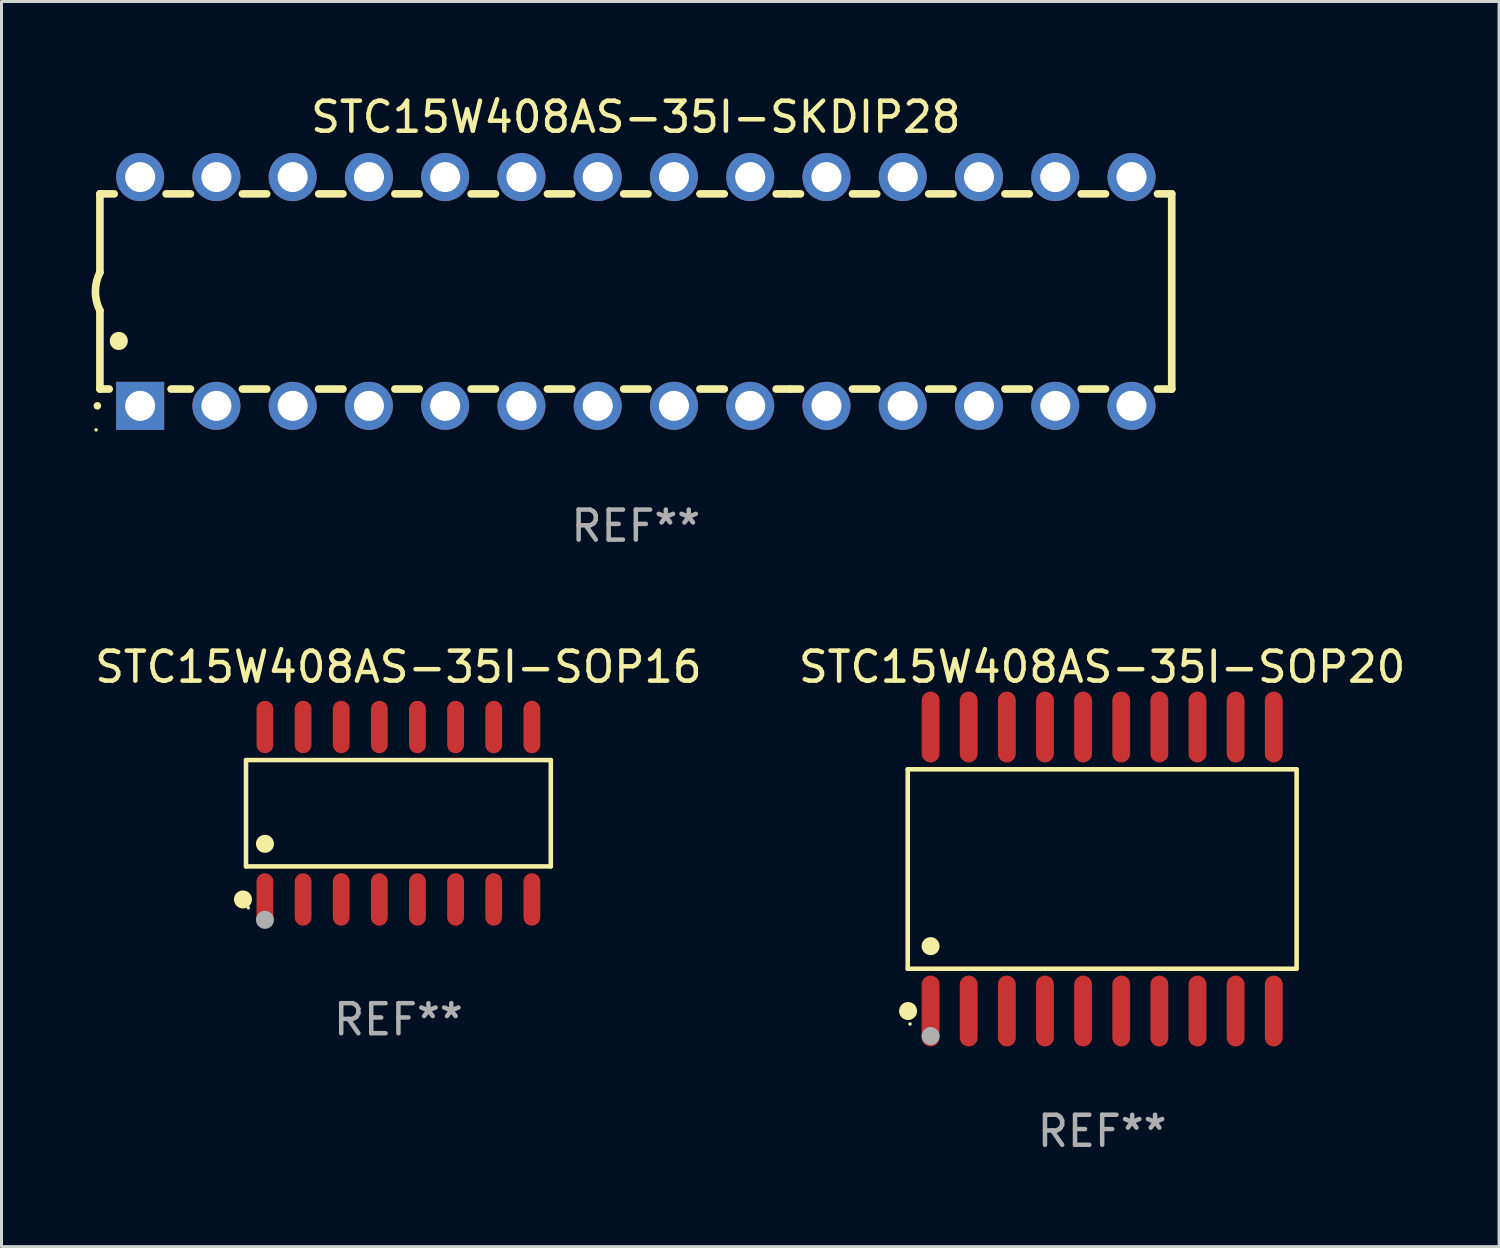
<source format=kicad_pcb>
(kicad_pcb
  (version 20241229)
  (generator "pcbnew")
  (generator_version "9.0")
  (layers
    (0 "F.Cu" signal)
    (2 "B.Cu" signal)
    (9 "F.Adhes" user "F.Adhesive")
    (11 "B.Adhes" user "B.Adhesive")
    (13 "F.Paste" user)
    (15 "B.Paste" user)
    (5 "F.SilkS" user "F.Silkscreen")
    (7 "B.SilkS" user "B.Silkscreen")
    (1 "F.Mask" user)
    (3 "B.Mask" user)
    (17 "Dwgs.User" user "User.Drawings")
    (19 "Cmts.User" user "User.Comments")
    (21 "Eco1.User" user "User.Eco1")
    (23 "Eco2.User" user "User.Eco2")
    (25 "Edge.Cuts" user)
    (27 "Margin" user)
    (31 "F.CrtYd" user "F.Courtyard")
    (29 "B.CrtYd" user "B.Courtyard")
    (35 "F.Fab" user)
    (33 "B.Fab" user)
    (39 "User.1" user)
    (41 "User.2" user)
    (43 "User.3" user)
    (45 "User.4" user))
  (footprint "STC15W408AS-35I-SKDIP28"
    (layer "F.Cu")
    (at 18.128 6.658)
    (property "Reference" "STC15W408AS-35I-SKDIP28" (at 0 -5.81 0) (layer "F.SilkS") (effects (font (size 1 1) (thickness 0.15))))
    (attr through_hole)
    (fp_line (start -17.85 -3.25) (end -17.85 -0.635) (stroke (width 0.254) (type solid)) (layer "F.SilkS"))
    (fp_line (start -17.85 3.25) (end -17.85 0.635) (stroke (width 0.254) (type solid)) (layer "F.SilkS"))
    (fp_line (start -17.85 3.25) (end -17.541 3.25) (stroke (width 0.254) (type solid)) (layer "F.SilkS"))
    (fp_line (start -17.375 -3.25) (end -17.85 -3.25) (stroke (width 0.254) (type solid)) (layer "F.SilkS"))
    (fp_line (start -15.479 3.25) (end -14.835 3.25) (stroke (width 0.254) (type solid)) (layer "F.SilkS"))
    (fp_line (start -14.835 -3.25) (end -15.645 -3.25) (stroke (width 0.254) (type solid)) (layer "F.SilkS"))
    (fp_line (start -13.105 3.25) (end -12.295 3.25) (stroke (width 0.254) (type solid)) (layer "F.SilkS"))
    (fp_line (start -12.295 -3.25) (end -13.105 -3.25) (stroke (width 0.254) (type solid)) (layer "F.SilkS"))
    (fp_line (start -10.565 3.25) (end -9.755 3.25) (stroke (width 0.254) (type solid)) (layer "F.SilkS"))
    (fp_line (start -9.755 -3.25) (end -10.565 -3.25) (stroke (width 0.254) (type solid)) (layer "F.SilkS"))
    (fp_line (start -8.025 3.25) (end -7.215 3.25) (stroke (width 0.254) (type solid)) (layer "F.SilkS"))
    (fp_line (start -7.215 -3.25) (end -8.025 -3.25) (stroke (width 0.254) (type solid)) (layer "F.SilkS"))
    (fp_line (start -5.485 3.25) (end -4.675 3.25) (stroke (width 0.254) (type solid)) (layer "F.SilkS"))
    (fp_line (start -4.675 -3.25) (end -5.485 -3.25) (stroke (width 0.254) (type solid)) (layer "F.SilkS"))
    (fp_line (start -2.945 3.25) (end -2.135 3.25) (stroke (width 0.254) (type solid)) (layer "F.SilkS"))
    (fp_line (start -2.135 -3.25) (end -2.945 -3.25) (stroke (width 0.254) (type solid)) (layer "F.SilkS"))
    (fp_line (start -0.405 3.25) (end 0.405 3.25) (stroke (width 0.254) (type solid)) (layer "F.SilkS"))
    (fp_line (start 0.405 -3.25) (end -0.405 -3.25) (stroke (width 0.254) (type solid)) (layer "F.SilkS"))
    (fp_line (start 2.135 3.25) (end 2.945 3.25) (stroke (width 0.254) (type solid)) (layer "F.SilkS"))
    (fp_line (start 2.945 -3.25) (end 2.135 -3.25) (stroke (width 0.254) (type solid)) (layer "F.SilkS"))
    (fp_line (start 4.675 3.25) (end 5.15 3.25) (stroke (width 0.254) (type solid)) (layer "F.SilkS"))
    (fp_line (start 5.15 -3.25) (end 4.675 -3.25) (stroke (width 0.254) (type solid)) (layer "F.SilkS"))
    (fp_line (start 5.15 -3.25) (end 5.485 -3.25) (stroke (width 0.254) (type solid)) (layer "F.SilkS"))
    (fp_line (start 5.15 3.25) (end 5.485 3.25) (stroke (width 0.254) (type solid)) (layer "F.SilkS"))
    (fp_line (start 7.215 -3.25) (end 8.025 -3.25) (stroke (width 0.254) (type solid)) (layer "F.SilkS"))
    (fp_line (start 7.215 3.25) (end 8.025 3.25) (stroke (width 0.254) (type solid)) (layer "F.SilkS"))
    (fp_line (start 9.755 -3.25) (end 10.565 -3.25) (stroke (width 0.254) (type solid)) (layer "F.SilkS"))
    (fp_line (start 9.755 3.25) (end 10.565 3.25) (stroke (width 0.254) (type solid)) (layer "F.SilkS"))
    (fp_line (start 12.295 -3.25) (end 13.105 -3.25) (stroke (width 0.254) (type solid)) (layer "F.SilkS"))
    (fp_line (start 12.295 3.25) (end 13.105 3.25) (stroke (width 0.254) (type solid)) (layer "F.SilkS"))
    (fp_line (start 14.835 -3.25) (end 15.645 -3.25) (stroke (width 0.254) (type solid)) (layer "F.SilkS"))
    (fp_line (start 14.835 3.25) (end 15.645 3.25) (stroke (width 0.254) (type solid)) (layer "F.SilkS"))
    (fp_line (start 17.375 -3.25) (end 17.85 -3.25) (stroke (width 0.254) (type solid)) (layer "F.SilkS"))
    (fp_line (start 17.375 3.25) (end 17.85 3.25) (stroke (width 0.254) (type solid)) (layer "F.SilkS"))
    (fp_line (start 17.85 -3.25) (end 17.85 3.25) (stroke (width 0.254) (type solid)) (layer "F.SilkS"))
    (fp_arc (start -17.934976 3.810008) (mid -17.934983 3.808738) (end -17.934976 3.807468) (stroke (width 0.25) (type solid)) (layer "F.SilkS"))
    (fp_arc (start -17.851155 0.635002) (mid -18.000677 -0.000132) (end -17.850038 -0.635001) (stroke (width 0.254001) (type solid)) (layer "F.SilkS"))
    (fp_arc (start -17.221234 1.651003) (mid -17.221245 1.648463) (end -17.221234 1.645923) (stroke (width 0.6) (type solid)) (layer "F.SilkS"))
    (fp_circle (center -17.977 4.61) (end -17.947 4.61) (stroke (width 0.06) (type solid)) (fill no) (layer "F.SilkS"))
    (fp_text user "REF**" (at 0 7.81 0) (layer "F.Fab") (effects (font (size 1 1) (thickness 0.15))))
    (pad "1" thru_hole rect (at -16.51 3.81 90) (size 1.6 1.6) (drill 1) (layers "*.Cu" "*.Mask"))
    (pad "2" thru_hole circle (at -13.97 3.81 90) (size 1.6 1.6) (drill 1) (layers "*.Cu" "*.Mask"))
    (pad "3" thru_hole circle (at -11.43 3.81 90) (size 1.6 1.6) (drill 1) (layers "*.Cu" "*.Mask"))
    (pad "4" thru_hole circle (at -8.89 3.81 90) (size 1.6 1.6) (drill 1) (layers "*.Cu" "*.Mask"))
    (pad "5" thru_hole circle (at -6.35 3.81 90) (size 1.6 1.6) (drill 1) (layers "*.Cu" "*.Mask"))
    (pad "6" thru_hole circle (at -3.81 3.81 90) (size 1.6 1.6) (drill 1) (layers "*.Cu" "*.Mask"))
    (pad "7" thru_hole circle (at -1.27 3.81 90) (size 1.6 1.6) (drill 1) (layers "*.Cu" "*.Mask"))
    (pad "8" thru_hole circle (at 1.27 3.81 90) (size 1.6 1.6) (drill 1) (layers "*.Cu" "*.Mask"))
    (pad "9" thru_hole circle (at 3.81 3.81 90) (size 1.6 1.6) (drill 1) (layers "*.Cu" "*.Mask"))
    (pad "10" thru_hole circle (at 6.35 3.81 90) (size 1.6 1.6) (drill 1) (layers "*.Cu" "*.Mask"))
    (pad "11" thru_hole circle (at 8.89 3.81 90) (size 1.6 1.6) (drill 1) (layers "*.Cu" "*.Mask"))
    (pad "12" thru_hole circle (at 11.43 3.81 90) (size 1.6 1.6) (drill 1) (layers "*.Cu" "*.Mask"))
    (pad "13" thru_hole circle (at 13.97 3.81 90) (size 1.6 1.6) (drill 1) (layers "*.Cu" "*.Mask"))
    (pad "14" thru_hole circle (at 16.51 3.81 90) (size 1.6 1.6) (drill 1) (layers "*.Cu" "*.Mask"))
    (pad "15" thru_hole circle (at 16.51 -3.81 90) (size 1.6 1.6) (drill 1) (layers "*.Cu" "*.Mask"))
    (pad "16" thru_hole circle (at 13.97 -3.81 90) (size 1.6 1.6) (drill 1) (layers "*.Cu" "*.Mask"))
    (pad "17" thru_hole circle (at 11.43 -3.81 90) (size 1.6 1.6) (drill 1) (layers "*.Cu" "*.Mask"))
    (pad "18" thru_hole circle (at 8.89 -3.81 90) (size 1.6 1.6) (drill 1) (layers "*.Cu" "*.Mask"))
    (pad "19" thru_hole circle (at 6.35 -3.81 90) (size 1.6 1.6) (drill 1) (layers "*.Cu" "*.Mask"))
    (pad "20" thru_hole circle (at 3.81 -3.81 90) (size 1.6 1.6) (drill 1) (layers "*.Cu" "*.Mask"))
    (pad "21" thru_hole circle (at 1.27 -3.81 90) (size 1.6 1.6) (drill 1) (layers "*.Cu" "*.Mask"))
    (pad "22" thru_hole circle (at -1.27 -3.81 90) (size 1.6 1.6) (drill 1) (layers "*.Cu" "*.Mask"))
    (pad "23" thru_hole circle (at -3.81 -3.81 90) (size 1.6 1.6) (drill 1) (layers "*.Cu" "*.Mask"))
    (pad "24" thru_hole circle (at -6.35 -3.81 90) (size 1.6 1.6) (drill 1) (layers "*.Cu" "*.Mask"))
    (pad "25" thru_hole circle (at -8.89 -3.81 90) (size 1.6 1.6) (drill 1) (layers "*.Cu" "*.Mask"))
    (pad "26" thru_hole circle (at -11.43 -3.81 90) (size 1.6 1.6) (drill 1) (layers "*.Cu" "*.Mask"))
    (pad "27" thru_hole circle (at -13.97 -3.81 90) (size 1.6 1.6) (drill 1) (layers "*.Cu" "*.Mask"))
    (pad "28" thru_hole circle (at -16.51 -3.81 90) (size 1.6 1.6) (drill 1) (layers "*.Cu" "*.Mask")))
  (footprint "STC15W408AS-35I-SOP16"
    (layer "F.Cu")
    (at 10.22 24.037)
    (property "Reference" "STC15W408AS-35I-SOP16" (at 0 -4.872 0) (layer "F.SilkS") (effects (font (size 1 1) (thickness 0.15))))
    (attr through_hole)
    (fp_line (start -5.076 -1.771) (end 5.076 -1.771) (stroke (width 0.152) (type solid)) (layer "F.SilkS"))
    (fp_line (start -5.076 1.771) (end -5.076 -1.771) (stroke (width 0.152) (type solid)) (layer "F.SilkS"))
    (fp_line (start 5.076 -1.771) (end 5.076 1.771) (stroke (width 0.152) (type solid)) (layer "F.SilkS"))
    (fp_line (start 5.076 1.771) (end -5.076 1.771) (stroke (width 0.152) (type solid)) (layer "F.SilkS"))
    (fp_circle (center -5.177 2.872) (end -5.027 2.872) (stroke (width 0.3) (type solid)) (fill no) (layer "F.SilkS"))
    (fp_circle (center -5 3.15) (end -4.97 3.15) (stroke (width 0.06) (type solid)) (fill no) (layer "F.SilkS"))
    (fp_circle (center -4.445 1.019) (end -4.295 1.019) (stroke (width 0.3) (type solid)) (fill no) (layer "F.SilkS"))
    (fp_circle (center -4.445 3.55) (end -4.295 3.55) (stroke (width 0.3) (type solid)) (fill no) (layer "F.Fab"))
    (fp_text user "REF**" (at 0 6.872 0) (layer "F.Fab") (effects (font (size 1 1) (thickness 0.15))))
    (pad "1" smd oval (at -4.445 2.872) (size 0.56 1.745) (layers "F.Cu" "F.Mask" "F.Paste"))
    (pad "2" smd oval (at -3.175 2.872) (size 0.56 1.745) (layers "F.Cu" "F.Mask" "F.Paste"))
    (pad "3" smd oval (at -1.905 2.872) (size 0.56 1.745) (layers "F.Cu" "F.Mask" "F.Paste"))
    (pad "4" smd oval (at -0.635 2.872) (size 0.56 1.745) (layers "F.Cu" "F.Mask" "F.Paste"))
    (pad "5" smd oval (at 0.635 2.872) (size 0.56 1.745) (layers "F.Cu" "F.Mask" "F.Paste"))
    (pad "6" smd oval (at 1.905 2.872) (size 0.56 1.745) (layers "F.Cu" "F.Mask" "F.Paste"))
    (pad "7" smd oval (at 3.175 2.872) (size 0.56 1.745) (layers "F.Cu" "F.Mask" "F.Paste"))
    (pad "8" smd oval (at 4.445 2.872) (size 0.56 1.745) (layers "F.Cu" "F.Mask" "F.Paste"))
    (pad "9" smd oval (at 4.445 -2.872) (size 0.56 1.745) (layers "F.Cu" "F.Mask" "F.Paste"))
    (pad "10" smd oval (at 3.175 -2.872) (size 0.56 1.745) (layers "F.Cu" "F.Mask" "F.Paste"))
    (pad "11" smd oval (at 1.905 -2.872) (size 0.56 1.745) (layers "F.Cu" "F.Mask" "F.Paste"))
    (pad "12" smd oval (at 0.635 -2.872) (size 0.56 1.745) (layers "F.Cu" "F.Mask" "F.Paste"))
    (pad "13" smd oval (at -0.635 -2.872) (size 0.56 1.745) (layers "F.Cu" "F.Mask" "F.Paste"))
    (pad "14" smd oval (at -1.905 -2.872) (size 0.56 1.745) (layers "F.Cu" "F.Mask" "F.Paste"))
    (pad "15" smd oval (at -3.175 -2.872) (size 0.56 1.745) (layers "F.Cu" "F.Mask" "F.Paste"))
    (pad "16" smd oval (at -4.445 -2.872) (size 0.56 1.745) (layers "F.Cu" "F.Mask" "F.Paste")))
  (footprint "STC15W408AS-35I-SOP20"
    (layer "F.Cu")
    (at 33.661 25.895)
    (property "Reference" "STC15W408AS-35I-SOP20" (at 0 -6.73 0) (layer "F.SilkS") (effects (font (size 1 1) (thickness 0.15))))
    (attr through_hole)
    (fp_line (start -6.476 -3.321) (end 6.476 -3.321) (stroke (width 0.152) (type solid)) (layer "F.SilkS"))
    (fp_line (start -6.476 3.321) (end -6.476 -3.321) (stroke (width 0.152) (type solid)) (layer "F.SilkS"))
    (fp_line (start 6.476 -3.321) (end 6.476 3.321) (stroke (width 0.152) (type solid)) (layer "F.SilkS"))
    (fp_line (start 6.476 3.321) (end -6.476 3.321) (stroke (width 0.152) (type solid)) (layer "F.SilkS"))
    (fp_circle (center -6.465 4.73) (end -6.315 4.73) (stroke (width 0.3) (type solid)) (fill no) (layer "F.SilkS"))
    (fp_circle (center -6.4 5.163) (end -6.37 5.163) (stroke (width 0.06) (type solid)) (fill no) (layer "F.SilkS"))
    (fp_circle (center -5.715 2.569) (end -5.565 2.569) (stroke (width 0.3) (type solid)) (fill no) (layer "F.SilkS"))
    (fp_circle (center -5.715 5.563) (end -5.565 5.563) (stroke (width 0.3) (type solid)) (fill no) (layer "F.Fab"))
    (fp_text user "REF**" (at 0 8.73 0) (layer "F.Fab") (effects (font (size 1 1) (thickness 0.15))))
    (pad "1" smd oval (at -5.715 4.73) (size 0.595 2.36) (layers "F.Cu" "F.Mask" "F.Paste"))
    (pad "2" smd oval (at -4.445 4.73) (size 0.595 2.36) (layers "F.Cu" "F.Mask" "F.Paste"))
    (pad "3" smd oval (at -3.175 4.73) (size 0.595 2.36) (layers "F.Cu" "F.Mask" "F.Paste"))
    (pad "4" smd oval (at -1.905 4.73) (size 0.595 2.36) (layers "F.Cu" "F.Mask" "F.Paste"))
    (pad "5" smd oval (at -0.635 4.73) (size 0.595 2.36) (layers "F.Cu" "F.Mask" "F.Paste"))
    (pad "6" smd oval (at 0.635 4.73) (size 0.595 2.36) (layers "F.Cu" "F.Mask" "F.Paste"))
    (pad "7" smd oval (at 1.905 4.73) (size 0.595 2.36) (layers "F.Cu" "F.Mask" "F.Paste"))
    (pad "8" smd oval (at 3.175 4.73) (size 0.595 2.36) (layers "F.Cu" "F.Mask" "F.Paste"))
    (pad "9" smd oval (at 4.445 4.73) (size 0.595 2.36) (layers "F.Cu" "F.Mask" "F.Paste"))
    (pad "10" smd oval (at 5.715 4.73) (size 0.595 2.36) (layers "F.Cu" "F.Mask" "F.Paste"))
    (pad "11" smd oval (at 5.715 -4.73) (size 0.595 2.36) (layers "F.Cu" "F.Mask" "F.Paste"))
    (pad "12" smd oval (at 4.445 -4.73) (size 0.595 2.36) (layers "F.Cu" "F.Mask" "F.Paste"))
    (pad "13" smd oval (at 3.175 -4.73) (size 0.595 2.36) (layers "F.Cu" "F.Mask" "F.Paste"))
    (pad "14" smd oval (at 1.905 -4.73) (size 0.595 2.36) (layers "F.Cu" "F.Mask" "F.Paste"))
    (pad "15" smd oval (at 0.635 -4.73) (size 0.595 2.36) (layers "F.Cu" "F.Mask" "F.Paste"))
    (pad "16" smd oval (at -0.635 -4.73) (size 0.595 2.36) (layers "F.Cu" "F.Mask" "F.Paste"))
    (pad "17" smd oval (at -1.905 -4.73) (size 0.595 2.36) (layers "F.Cu" "F.Mask" "F.Paste"))
    (pad "18" smd oval (at -3.175 -4.73) (size 0.595 2.36) (layers "F.Cu" "F.Mask" "F.Paste"))
    (pad "19" smd oval (at -4.445 -4.73) (size 0.595 2.36) (layers "F.Cu" "F.Mask" "F.Paste"))
    (pad "20" smd oval (at -5.715 -4.73) (size 0.595 2.36) (layers "F.Cu" "F.Mask" "F.Paste")))
  (gr_rect
    (start -3 -3)
    (end 46.881 38.473)
    (stroke (width 0.1) (type default))
    (fill no)
    (layer "Edge.Cuts")))
</source>
